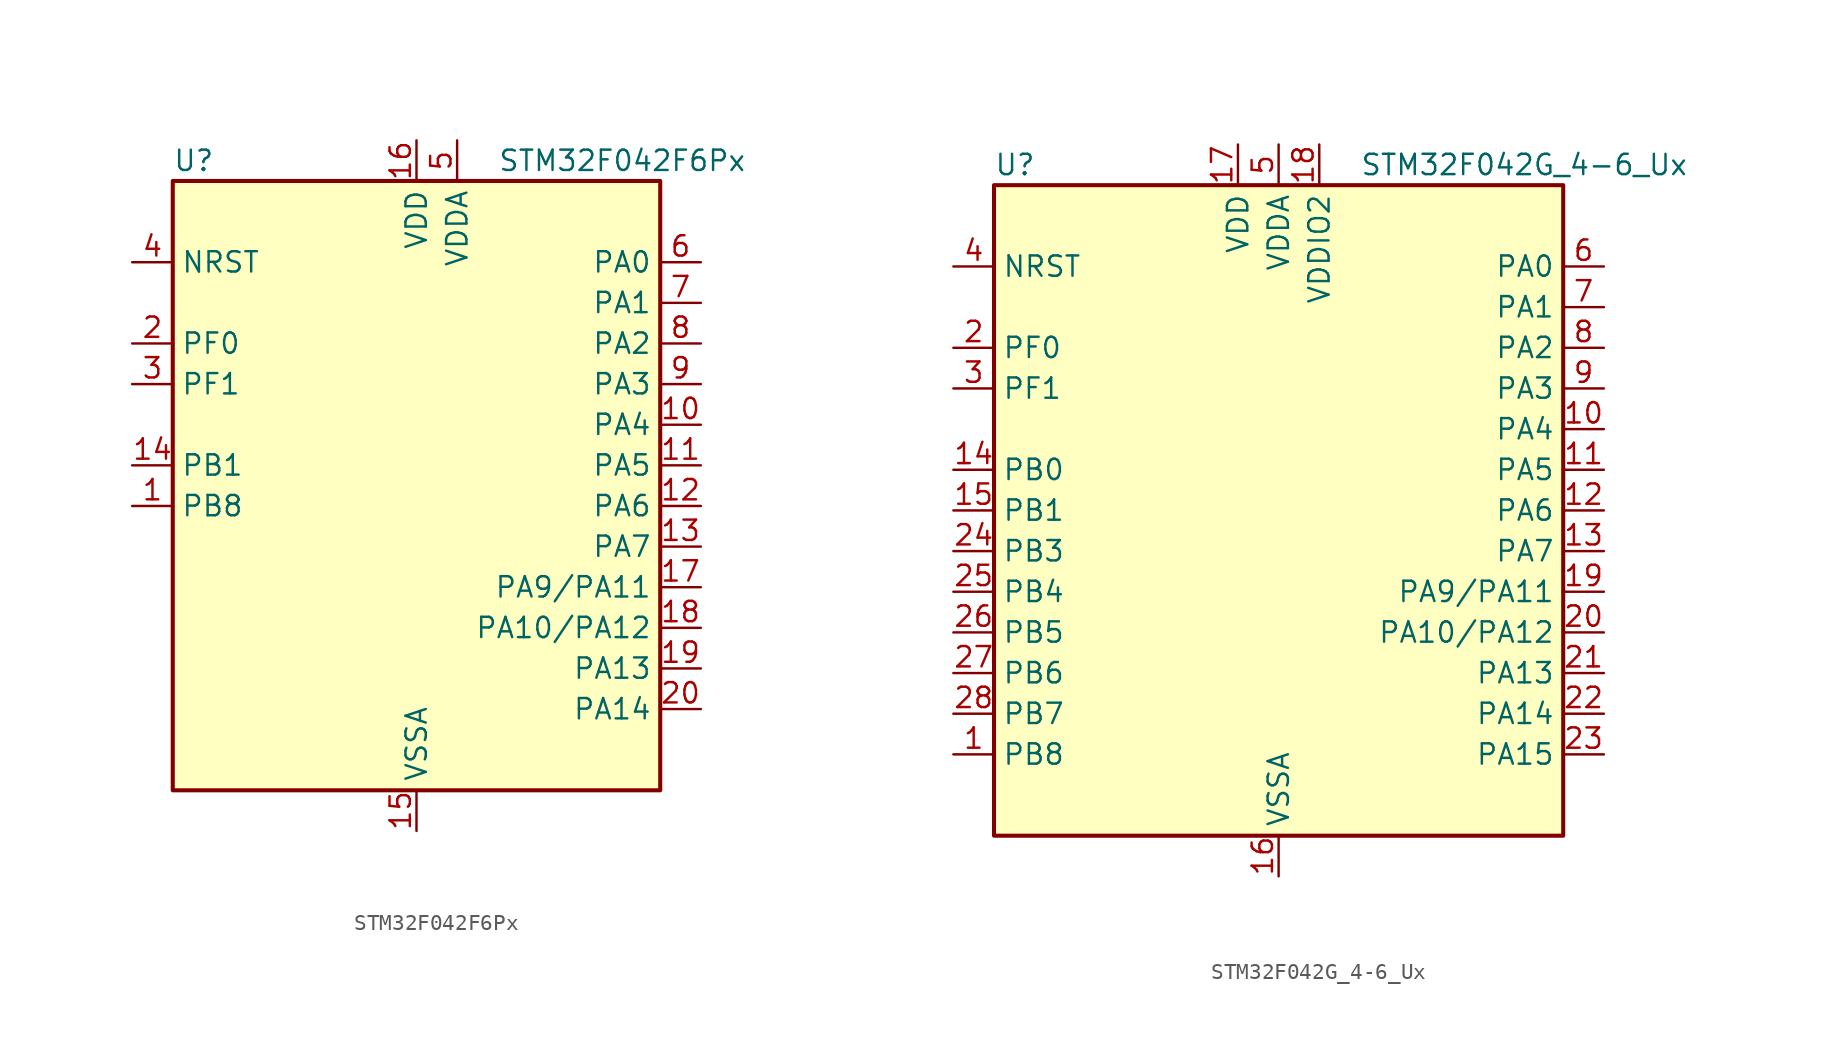
<source format=kicad_sym>
(kicad_symbol_lib
  (version 20241209)
  (generator "kicad_symbol_editor")
  (generator_version "9.0")
  (symbol "STM32F042F6Px"
    (property "Reference" "U"
      (at -15.24 21.59 0)
      (effects (font (size 1.27 1.27)) (justify left)))
    (property "Value" "STM32F042F6Px"
      (at 5.08 21.59 0)
      (effects (font (size 1.27 1.27)) (justify left)))
    (symbol "STM32F042F6Px_0_1"
      (rectangle (start -15.24 -17.78) (end 15.24 20.32) (stroke (width 0.254) (type default)) (fill (type background))))
    (symbol "STM32F042F6Px_1_1"
      (pin input line (at -17.78 15.24 0) (length 2.54) (name "NRST" (effects (font (size 1.27 1.27)))) (number "4" (effects (font (size 1.27 1.27)))))
      (pin bidirectional line (at -17.78 10.16 0) (length 2.54) (name "PF0" (effects (font (size 1.27 1.27)))) (number "2" (effects (font (size 1.27 1.27)))) (alternate "CRS_SYNC" bidirectional line) (alternate "I2C1_SDA" bidirectional line) (alternate "RCC_OSC_IN" bidirectional line))
      (pin bidirectional line (at -17.78 7.62 0) (length 2.54) (name "PF1" (effects (font (size 1.27 1.27)))) (number "3" (effects (font (size 1.27 1.27)))) (alternate "I2C1_SCL" bidirectional line) (alternate "RCC_OSC_OUT" bidirectional line))
      (pin bidirectional line (at -17.78 2.54 0) (length 2.54) (name "PB1" (effects (font (size 1.27 1.27)))) (number "14" (effects (font (size 1.27 1.27)))) (alternate "ADC_IN9" bidirectional line) (alternate "TIM14_CH1" bidirectional line) (alternate "TIM1_CH3N" bidirectional line) (alternate "TIM3_CH4" bidirectional line))
      (pin bidirectional line (at -17.78 0 0) (length 2.54) (name "PB8" (effects (font (size 1.27 1.27)))) (number "1" (effects (font (size 1.27 1.27)))) (alternate "CAN_RX" bidirectional line) (alternate "CEC" bidirectional line) (alternate "I2C1_SCL" bidirectional line) (alternate "TIM16_CH1" bidirectional line) (alternate "TSC_SYNC" bidirectional line))
      (pin power_in line (at 0 22.86 270) (length 2.54) (name "VDD" (effects (font (size 1.27 1.27)))) (number "16" (effects (font (size 1.27 1.27)))))
      (pin power_in line (at 0 -20.32 90) (length 2.54) (name "VSSA" (effects (font (size 1.27 1.27)))) (number "15" (effects (font (size 1.27 1.27)))))
      (pin power_in line (at 2.54 22.86 270) (length 2.54) (name "VDDA" (effects (font (size 1.27 1.27)))) (number "5" (effects (font (size 1.27 1.27)))))
      (pin bidirectional line (at 17.78 15.24 180) (length 2.54) (name "PA0" (effects (font (size 1.27 1.27)))) (number "6" (effects (font (size 1.27 1.27)))) (alternate "ADC_IN0" bidirectional line) (alternate "RTC_TAMP2" bidirectional line) (alternate "SYS_WKUP1" bidirectional line) (alternate "TIM2_CH1" bidirectional line) (alternate "TIM2_ETR" bidirectional line) (alternate "TSC_G1_IO1" bidirectional line) (alternate "USART2_CTS" bidirectional line))
      (pin bidirectional line (at 17.78 12.7 180) (length 2.54) (name "PA1" (effects (font (size 1.27 1.27)))) (number "7" (effects (font (size 1.27 1.27)))) (alternate "ADC_IN1" bidirectional line) (alternate "TIM2_CH2" bidirectional line) (alternate "TSC_G1_IO2" bidirectional line) (alternate "USART2_DE" bidirectional line) (alternate "USART2_RTS" bidirectional line))
      (pin bidirectional line (at 17.78 10.16 180) (length 2.54) (name "PA2" (effects (font (size 1.27 1.27)))) (number "8" (effects (font (size 1.27 1.27)))) (alternate "ADC_IN2" bidirectional line) (alternate "SYS_WKUP4" bidirectional line) (alternate "TIM2_CH3" bidirectional line) (alternate "TSC_G1_IO3" bidirectional line) (alternate "USART2_TX" bidirectional line))
      (pin bidirectional line (at 17.78 7.62 180) (length 2.54) (name "PA3" (effects (font (size 1.27 1.27)))) (number "9" (effects (font (size 1.27 1.27)))) (alternate "ADC_IN3" bidirectional line) (alternate "TIM2_CH4" bidirectional line) (alternate "TSC_G1_IO4" bidirectional line) (alternate "USART2_RX" bidirectional line))
      (pin bidirectional line (at 17.78 5.08 180) (length 2.54) (name "PA4" (effects (font (size 1.27 1.27)))) (number "10" (effects (font (size 1.27 1.27)))) (alternate "ADC_IN4" bidirectional line) (alternate "I2S1_WS" bidirectional line) (alternate "SPI1_NSS" bidirectional line) (alternate "TIM14_CH1" bidirectional line) (alternate "TSC_G2_IO1" bidirectional line) (alternate "USART2_CK" bidirectional line) (alternate "USB_NOE" bidirectional line))
      (pin bidirectional line (at 17.78 2.54 180) (length 2.54) (name "PA5" (effects (font (size 1.27 1.27)))) (number "11" (effects (font (size 1.27 1.27)))) (alternate "ADC_IN5" bidirectional line) (alternate "CEC" bidirectional line) (alternate "I2S1_CK" bidirectional line) (alternate "SPI1_SCK" bidirectional line) (alternate "TIM2_CH1" bidirectional line) (alternate "TIM2_ETR" bidirectional line) (alternate "TSC_G2_IO2" bidirectional line))
      (pin bidirectional line (at 17.78 0 180) (length 2.54) (name "PA6" (effects (font (size 1.27 1.27)))) (number "12" (effects (font (size 1.27 1.27)))) (alternate "ADC_IN6" bidirectional line) (alternate "I2S1_MCK" bidirectional line) (alternate "SPI1_MISO" bidirectional line) (alternate "TIM16_CH1" bidirectional line) (alternate "TIM1_BKIN" bidirectional line) (alternate "TIM3_CH1" bidirectional line) (alternate "TSC_G2_IO3" bidirectional line))
      (pin bidirectional line (at 17.78 -2.54 180) (length 2.54) (name "PA7" (effects (font (size 1.27 1.27)))) (number "13" (effects (font (size 1.27 1.27)))) (alternate "ADC_IN7" bidirectional line) (alternate "I2S1_SD" bidirectional line) (alternate "SPI1_MOSI" bidirectional line) (alternate "TIM14_CH1" bidirectional line) (alternate "TIM17_CH1" bidirectional line) (alternate "TIM1_CH1N" bidirectional line) (alternate "TIM3_CH2" bidirectional line) (alternate "TSC_G2_IO4" bidirectional line))
      (pin bidirectional line (at 17.78 -5.08 180) (length 2.54) (name "PA9/PA11" (effects (font (size 1.27 1.27)))) (number "17" (effects (font (size 1.27 1.27)))) (alternate "CAN_RX (PA11)" bidirectional line) (alternate "I2C1_SCL (PA11)" bidirectional line) (alternate "I2C1_SCL (PA9)" bidirectional line) (alternate "PA11" bidirectional line) (alternate "PA9" bidirectional line) (alternate "TIM1_CH2 (PA9)" bidirectional line) (alternate "TIM1_CH4 (PA11)" bidirectional line) (alternate "TSC_G4_IO1 (PA9)" bidirectional line) (alternate "TSC_G4_IO3 (PA11)" bidirectional line) (alternate "USART1_TX (PA9)" bidirectional line) (alternate "USB_DM (PA11)" bidirectional line))
      (pin bidirectional line (at 17.78 -7.62 180) (length 2.54) (name "PA10/PA12" (effects (font (size 1.27 1.27)))) (number "18" (effects (font (size 1.27 1.27)))) (alternate "CAN_TX (PA12)" bidirectional line) (alternate "I2C1_SDA (PA10)" bidirectional line) (alternate "PA10" bidirectional line) (alternate "PA12" bidirectional line) (alternate "TIM17_BKIN (PA10)" bidirectional line) (alternate "TIM1_CH3 (PA10)" bidirectional line) (alternate "TIM1_ETR (PA12)" bidirectional line) (alternate "TSC_G4_IO2 (PA10)" bidirectional line) (alternate "TSC_G4_IO4 (PA12)" bidirectional line) (alternate "USART1_RX (PA10)" bidirectional line) (alternate "USB_DP (PA12)" bidirectional line))
      (pin bidirectional line (at 17.78 -10.16 180) (length 2.54) (name "PA13" (effects (font (size 1.27 1.27)))) (number "19" (effects (font (size 1.27 1.27)))) (alternate "IR_OUT" bidirectional line) (alternate "SYS_SWDIO" bidirectional line) (alternate "USB_NOE" bidirectional line))
      (pin bidirectional line (at 17.78 -12.7 180) (length 2.54) (name "PA14" (effects (font (size 1.27 1.27)))) (number "20" (effects (font (size 1.27 1.27)))) (alternate "SYS_SWCLK" bidirectional line) (alternate "USART2_TX" bidirectional line))))
  (symbol "STM32F042G_4-6_Ux"
    (property "Reference" "U"
      (at -17.78 21.59 0)
      (effects (font (size 1.27 1.27)) (justify left)))
    (property "Value" "STM32F042G_4-6_Ux"
      (at 5.08 21.59 0)
      (effects (font (size 1.27 1.27)) (justify left)))
    (symbol "STM32F042G_4-6_Ux_0_1"
      (rectangle (start -17.78 -20.32) (end 17.78 20.32) (stroke (width 0.254) (type default)) (fill (type background))))
    (symbol "STM32F042G_4-6_Ux_1_1"
      (pin input line (at -20.32 15.24 0) (length 2.54) (name "NRST" (effects (font (size 1.27 1.27)))) (number "4" (effects (font (size 1.27 1.27)))))
      (pin bidirectional line (at -20.32 10.16 0) (length 2.54) (name "PF0" (effects (font (size 1.27 1.27)))) (number "2" (effects (font (size 1.27 1.27)))) (alternate "CRS_SYNC" bidirectional line) (alternate "I2C1_SDA" bidirectional line) (alternate "RCC_OSC_IN" bidirectional line))
      (pin bidirectional line (at -20.32 7.62 0) (length 2.54) (name "PF1" (effects (font (size 1.27 1.27)))) (number "3" (effects (font (size 1.27 1.27)))) (alternate "I2C1_SCL" bidirectional line) (alternate "RCC_OSC_OUT" bidirectional line))
      (pin bidirectional line (at -20.32 2.54 0) (length 2.54) (name "PB0" (effects (font (size 1.27 1.27)))) (number "14" (effects (font (size 1.27 1.27)))) (alternate "ADC_IN8" bidirectional line) (alternate "TIM1_CH2N" bidirectional line) (alternate "TIM3_CH3" bidirectional line) (alternate "TSC_G3_IO2" bidirectional line))
      (pin bidirectional line (at -20.32 0 0) (length 2.54) (name "PB1" (effects (font (size 1.27 1.27)))) (number "15" (effects (font (size 1.27 1.27)))) (alternate "ADC_IN9" bidirectional line) (alternate "TIM14_CH1" bidirectional line) (alternate "TIM1_CH3N" bidirectional line) (alternate "TIM3_CH4" bidirectional line) (alternate "TSC_G3_IO3" bidirectional line))
      (pin bidirectional line (at -20.32 -2.54 0) (length 2.54) (name "PB3" (effects (font (size 1.27 1.27)))) (number "24" (effects (font (size 1.27 1.27)))) (alternate "I2S1_CK" bidirectional line) (alternate "SPI1_SCK" bidirectional line) (alternate "TIM2_CH2" bidirectional line) (alternate "TSC_G5_IO1" bidirectional line))
      (pin bidirectional line (at -20.32 -5.08 0) (length 2.54) (name "PB4" (effects (font (size 1.27 1.27)))) (number "25" (effects (font (size 1.27 1.27)))) (alternate "I2S1_MCK" bidirectional line) (alternate "SPI1_MISO" bidirectional line) (alternate "TIM17_BKIN" bidirectional line) (alternate "TIM3_CH1" bidirectional line) (alternate "TSC_G5_IO2" bidirectional line))
      (pin bidirectional line (at -20.32 -7.62 0) (length 2.54) (name "PB5" (effects (font (size 1.27 1.27)))) (number "26" (effects (font (size 1.27 1.27)))) (alternate "I2C1_SMBA" bidirectional line) (alternate "I2S1_SD" bidirectional line) (alternate "SPI1_MOSI" bidirectional line) (alternate "SYS_WKUP6" bidirectional line) (alternate "TIM16_BKIN" bidirectional line) (alternate "TIM3_CH2" bidirectional line))
      (pin bidirectional line (at -20.32 -10.16 0) (length 2.54) (name "PB6" (effects (font (size 1.27 1.27)))) (number "27" (effects (font (size 1.27 1.27)))) (alternate "I2C1_SCL" bidirectional line) (alternate "TIM16_CH1N" bidirectional line) (alternate "TSC_G5_IO3" bidirectional line) (alternate "USART1_TX" bidirectional line))
      (pin bidirectional line (at -20.32 -12.7 0) (length 2.54) (name "PB7" (effects (font (size 1.27 1.27)))) (number "28" (effects (font (size 1.27 1.27)))) (alternate "I2C1_SDA" bidirectional line) (alternate "TIM17_CH1N" bidirectional line) (alternate "TSC_G5_IO4" bidirectional line) (alternate "USART1_RX" bidirectional line))
      (pin bidirectional line (at -20.32 -15.24 0) (length 2.54) (name "PB8" (effects (font (size 1.27 1.27)))) (number "1" (effects (font (size 1.27 1.27)))) (alternate "CAN_RX" bidirectional line) (alternate "CEC" bidirectional line) (alternate "I2C1_SCL" bidirectional line) (alternate "TIM16_CH1" bidirectional line) (alternate "TSC_SYNC" bidirectional line))
      (pin power_in line (at -2.54 22.86 270) (length 2.54) (name "VDD" (effects (font (size 1.27 1.27)))) (number "17" (effects (font (size 1.27 1.27)))))
      (pin power_in line (at 0 22.86 270) (length 2.54) (name "VDDA" (effects (font (size 1.27 1.27)))) (number "5" (effects (font (size 1.27 1.27)))))
      (pin power_in line (at 0 -22.86 90) (length 2.54) (name "VSSA" (effects (font (size 1.27 1.27)))) (number "16" (effects (font (size 1.27 1.27)))))
      (pin power_in line (at 2.54 22.86 270) (length 2.54) (name "VDDIO2" (effects (font (size 1.27 1.27)))) (number "18" (effects (font (size 1.27 1.27)))))
      (pin bidirectional line (at 20.32 15.24 180) (length 2.54) (name "PA0" (effects (font (size 1.27 1.27)))) (number "6" (effects (font (size 1.27 1.27)))) (alternate "ADC_IN0" bidirectional line) (alternate "RTC_TAMP2" bidirectional line) (alternate "SYS_WKUP1" bidirectional line) (alternate "TIM2_CH1" bidirectional line) (alternate "TIM2_ETR" bidirectional line) (alternate "TSC_G1_IO1" bidirectional line) (alternate "USART2_CTS" bidirectional line))
      (pin bidirectional line (at 20.32 12.7 180) (length 2.54) (name "PA1" (effects (font (size 1.27 1.27)))) (number "7" (effects (font (size 1.27 1.27)))) (alternate "ADC_IN1" bidirectional line) (alternate "TIM2_CH2" bidirectional line) (alternate "TSC_G1_IO2" bidirectional line) (alternate "USART2_DE" bidirectional line) (alternate "USART2_RTS" bidirectional line))
      (pin bidirectional line (at 20.32 10.16 180) (length 2.54) (name "PA2" (effects (font (size 1.27 1.27)))) (number "8" (effects (font (size 1.27 1.27)))) (alternate "ADC_IN2" bidirectional line) (alternate "SYS_WKUP4" bidirectional line) (alternate "TIM2_CH3" bidirectional line) (alternate "TSC_G1_IO3" bidirectional line) (alternate "USART2_TX" bidirectional line))
      (pin bidirectional line (at 20.32 7.62 180) (length 2.54) (name "PA3" (effects (font (size 1.27 1.27)))) (number "9" (effects (font (size 1.27 1.27)))) (alternate "ADC_IN3" bidirectional line) (alternate "TIM2_CH4" bidirectional line) (alternate "TSC_G1_IO4" bidirectional line) (alternate "USART2_RX" bidirectional line))
      (pin bidirectional line (at 20.32 5.08 180) (length 2.54) (name "PA4" (effects (font (size 1.27 1.27)))) (number "10" (effects (font (size 1.27 1.27)))) (alternate "ADC_IN4" bidirectional line) (alternate "I2S1_WS" bidirectional line) (alternate "SPI1_NSS" bidirectional line) (alternate "TIM14_CH1" bidirectional line) (alternate "TSC_G2_IO1" bidirectional line) (alternate "USART2_CK" bidirectional line) (alternate "USB_NOE" bidirectional line))
      (pin bidirectional line (at 20.32 2.54 180) (length 2.54) (name "PA5" (effects (font (size 1.27 1.27)))) (number "11" (effects (font (size 1.27 1.27)))) (alternate "ADC_IN5" bidirectional line) (alternate "CEC" bidirectional line) (alternate "I2S1_CK" bidirectional line) (alternate "SPI1_SCK" bidirectional line) (alternate "TIM2_CH1" bidirectional line) (alternate "TIM2_ETR" bidirectional line) (alternate "TSC_G2_IO2" bidirectional line))
      (pin bidirectional line (at 20.32 0 180) (length 2.54) (name "PA6" (effects (font (size 1.27 1.27)))) (number "12" (effects (font (size 1.27 1.27)))) (alternate "ADC_IN6" bidirectional line) (alternate "I2S1_MCK" bidirectional line) (alternate "SPI1_MISO" bidirectional line) (alternate "TIM16_CH1" bidirectional line) (alternate "TIM1_BKIN" bidirectional line) (alternate "TIM3_CH1" bidirectional line) (alternate "TSC_G2_IO3" bidirectional line))
      (pin bidirectional line (at 20.32 -2.54 180) (length 2.54) (name "PA7" (effects (font (size 1.27 1.27)))) (number "13" (effects (font (size 1.27 1.27)))) (alternate "ADC_IN7" bidirectional line) (alternate "I2S1_SD" bidirectional line) (alternate "SPI1_MOSI" bidirectional line) (alternate "TIM14_CH1" bidirectional line) (alternate "TIM17_CH1" bidirectional line) (alternate "TIM1_CH1N" bidirectional line) (alternate "TIM3_CH2" bidirectional line) (alternate "TSC_G2_IO4" bidirectional line))
      (pin bidirectional line (at 20.32 -5.08 180) (length 2.54) (name "PA9/PA11" (effects (font (size 1.27 1.27)))) (number "19" (effects (font (size 1.27 1.27)))) (alternate "CAN_RX (PA11)" bidirectional line) (alternate "I2C1_SCL (PA11)" bidirectional line) (alternate "I2C1_SCL (PA9)" bidirectional line) (alternate "PA11" bidirectional line) (alternate "PA9" bidirectional line) (alternate "TIM1_CH2 (PA9)" bidirectional line) (alternate "TIM1_CH4 (PA11)" bidirectional line) (alternate "TSC_G4_IO1 (PA9)" bidirectional line) (alternate "TSC_G4_IO3 (PA11)" bidirectional line) (alternate "USART1_CTS (PA11)" bidirectional line) (alternate "USART1_TX (PA9)" bidirectional line) (alternate "USB_DM (PA11)" bidirectional line))
      (pin bidirectional line (at 20.32 -7.62 180) (length 2.54) (name "PA10/PA12" (effects (font (size 1.27 1.27)))) (number "20" (effects (font (size 1.27 1.27)))) (alternate "CAN_TX (PA12)" bidirectional line) (alternate "I2C1_SDA (PA10)" bidirectional line) (alternate "PA10" bidirectional line) (alternate "PA12" bidirectional line) (alternate "TIM17_BKIN (PA10)" bidirectional line) (alternate "TIM1_CH3 (PA10)" bidirectional line) (alternate "TIM1_ETR (PA12)" bidirectional line) (alternate "TSC_G4_IO2 (PA10)" bidirectional line) (alternate "TSC_G4_IO4 (PA12)" bidirectional line) (alternate "USART1_DE (PA12)" bidirectional line) (alternate "USART1_RTS (PA12)" bidirectional line) (alternate "USART1_RX (PA10)" bidirectional line) (alternate "USB_DP (PA12)" bidirectional line))
      (pin bidirectional line (at 20.32 -10.16 180) (length 2.54) (name "PA13" (effects (font (size 1.27 1.27)))) (number "21" (effects (font (size 1.27 1.27)))) (alternate "IR_OUT" bidirectional line) (alternate "SYS_SWDIO" bidirectional line) (alternate "USB_NOE" bidirectional line))
      (pin bidirectional line (at 20.32 -12.7 180) (length 2.54) (name "PA14" (effects (font (size 1.27 1.27)))) (number "22" (effects (font (size 1.27 1.27)))) (alternate "SYS_SWCLK" bidirectional line) (alternate "USART2_TX" bidirectional line))
      (pin bidirectional line (at 20.32 -15.24 180) (length 2.54) (name "PA15" (effects (font (size 1.27 1.27)))) (number "23" (effects (font (size 1.27 1.27)))) (alternate "I2S1_WS" bidirectional line) (alternate "SPI1_NSS" bidirectional line) (alternate "TIM2_CH1" bidirectional line) (alternate "TIM2_ETR" bidirectional line) (alternate "USART2_RX" bidirectional line) (alternate "USB_NOE" bidirectional line)))))
</source>
